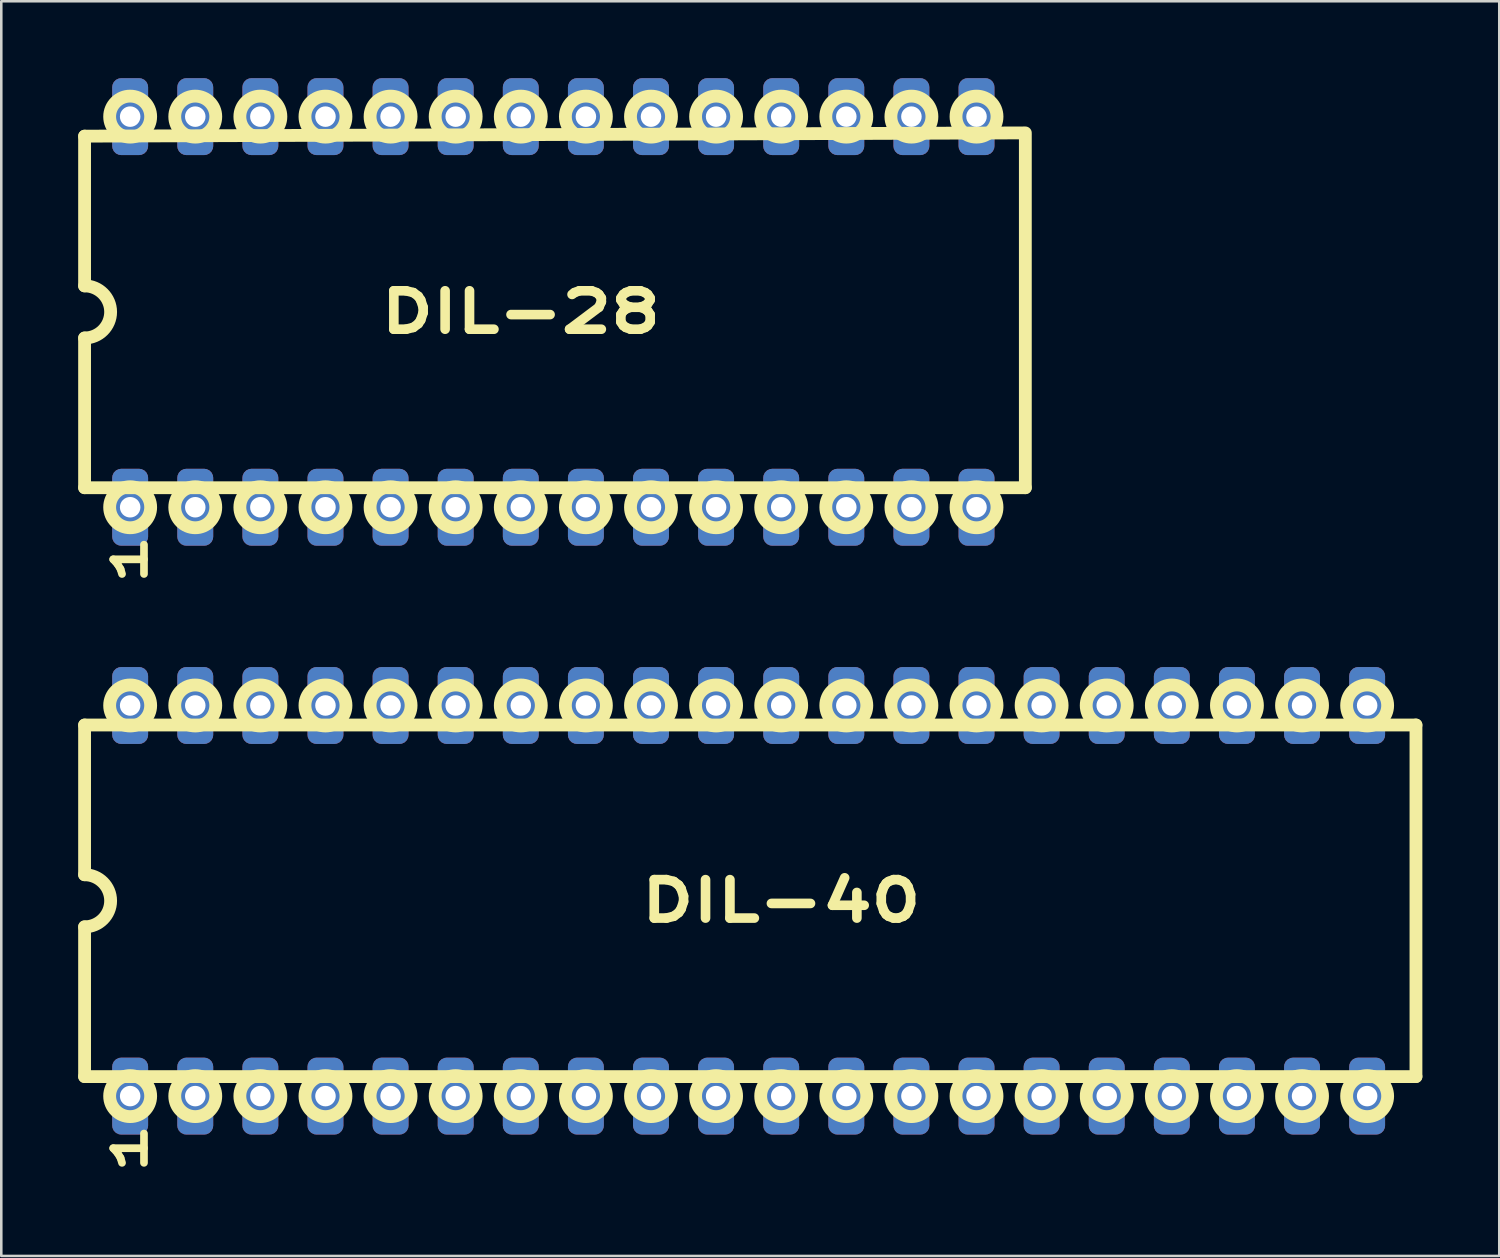
<source format=kicad_pcb>
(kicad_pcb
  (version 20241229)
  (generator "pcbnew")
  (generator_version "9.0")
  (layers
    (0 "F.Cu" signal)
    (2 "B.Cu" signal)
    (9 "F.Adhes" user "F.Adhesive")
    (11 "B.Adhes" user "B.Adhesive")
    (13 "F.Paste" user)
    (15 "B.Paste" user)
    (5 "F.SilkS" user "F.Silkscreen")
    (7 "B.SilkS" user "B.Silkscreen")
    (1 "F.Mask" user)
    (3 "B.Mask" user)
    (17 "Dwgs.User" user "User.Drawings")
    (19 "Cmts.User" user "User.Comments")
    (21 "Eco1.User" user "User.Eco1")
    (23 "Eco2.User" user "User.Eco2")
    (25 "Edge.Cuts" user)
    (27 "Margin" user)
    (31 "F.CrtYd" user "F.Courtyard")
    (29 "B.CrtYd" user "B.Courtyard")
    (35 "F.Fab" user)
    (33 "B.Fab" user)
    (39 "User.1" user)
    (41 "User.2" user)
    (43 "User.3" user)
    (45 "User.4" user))
  (footprint "DIL-28"
    (layer "F.Cu")
    (at 15.998 9.12)
    (property "Reference" "DIL-28" (at 1.27 0 0) (layer "F.SilkS") (effects (font (size 1.5 2) (thickness 0.375))))
    (attr through_hole)
    (fp_line (start -15.748 -6.858) (end 20.955 -6.985) (stroke (width 0.5) (type solid)) (layer "F.SilkS"))
    (fp_line (start -15.748 -1.016) (end -15.748 -6.858) (stroke (width 0.5) (type solid)) (layer "F.SilkS"))
    (fp_line (start -15.748 1.016) (end -15.748 6.858) (stroke (width 0.5) (type solid)) (layer "F.SilkS"))
    (fp_line (start 20.955 -6.858) (end 20.955 6.858) (stroke (width 0.5) (type solid)) (layer "F.SilkS"))
    (fp_line (start 20.955 6.858) (end -15.748 6.858) (stroke (width 0.5) (type solid)) (layer "F.SilkS"))
    (fp_arc (start -15.748 -1.016) (mid -14.732 0) (end -15.748 1.016) (stroke (width 0.5) (type solid)) (layer "F.SilkS"))
    (fp_circle (center -13.97 -7.62) (end -13.17 -7.62) (stroke (width 0.5) (type solid)) (fill no) (layer "F.SilkS"))
    (fp_circle (center -13.97 7.62) (end -13.17 7.62) (stroke (width 0.5) (type solid)) (fill no) (layer "F.SilkS"))
    (fp_circle (center -11.43 -7.62) (end -10.63 -7.62) (stroke (width 0.5) (type solid)) (fill no) (layer "F.SilkS"))
    (fp_circle (center -11.43 7.62) (end -10.63 7.62) (stroke (width 0.5) (type solid)) (fill no) (layer "F.SilkS"))
    (fp_circle (center -8.89 -7.62) (end -8.09 -7.62) (stroke (width 0.5) (type solid)) (fill no) (layer "F.SilkS"))
    (fp_circle (center -8.89 7.62) (end -8.09 7.62) (stroke (width 0.5) (type solid)) (fill no) (layer "F.SilkS"))
    (fp_circle (center -6.35 -7.62) (end -5.55 -7.62) (stroke (width 0.5) (type solid)) (fill no) (layer "F.SilkS"))
    (fp_circle (center -6.35 7.62) (end -5.55 7.62) (stroke (width 0.5) (type solid)) (fill no) (layer "F.SilkS"))
    (fp_circle (center -3.81 -7.62) (end -3.01 -7.62) (stroke (width 0.5) (type solid)) (fill no) (layer "F.SilkS"))
    (fp_circle (center -3.81 7.62) (end -3.01 7.62) (stroke (width 0.5) (type solid)) (fill no) (layer "F.SilkS"))
    (fp_circle (center -1.27 -7.62) (end -0.47 -7.62) (stroke (width 0.5) (type solid)) (fill no) (layer "F.SilkS"))
    (fp_circle (center -1.27 7.62) (end -0.47 7.62) (stroke (width 0.5) (type solid)) (fill no) (layer "F.SilkS"))
    (fp_circle (center 1.27 -7.62) (end 2.07 -7.62) (stroke (width 0.5) (type solid)) (fill no) (layer "F.SilkS"))
    (fp_circle (center 1.27 7.62) (end 2.07 7.62) (stroke (width 0.5) (type solid)) (fill no) (layer "F.SilkS"))
    (fp_circle (center 3.81 -7.62) (end 4.61 -7.62) (stroke (width 0.5) (type solid)) (fill no) (layer "F.SilkS"))
    (fp_circle (center 3.81 7.62) (end 4.61 7.62) (stroke (width 0.5) (type solid)) (fill no) (layer "F.SilkS"))
    (fp_circle (center 6.35 -7.62) (end 7.15 -7.62) (stroke (width 0.5) (type solid)) (fill no) (layer "F.SilkS"))
    (fp_circle (center 6.35 7.62) (end 7.15 7.62) (stroke (width 0.5) (type solid)) (fill no) (layer "F.SilkS"))
    (fp_circle (center 8.89 -7.62) (end 9.69 -7.62) (stroke (width 0.5) (type solid)) (fill no) (layer "F.SilkS"))
    (fp_circle (center 8.89 7.62) (end 9.69 7.62) (stroke (width 0.5) (type solid)) (fill no) (layer "F.SilkS"))
    (fp_circle (center 11.43 -7.62) (end 12.23 -7.62) (stroke (width 0.5) (type solid)) (fill no) (layer "F.SilkS"))
    (fp_circle (center 11.43 7.62) (end 12.23 7.62) (stroke (width 0.5) (type solid)) (fill no) (layer "F.SilkS"))
    (fp_circle (center 13.97 -7.62) (end 14.77 -7.62) (stroke (width 0.5) (type solid)) (fill no) (layer "F.SilkS"))
    (fp_circle (center 13.97 7.62) (end 14.77 7.62) (stroke (width 0.5) (type solid)) (fill no) (layer "F.SilkS"))
    (fp_circle (center 16.51 -7.62) (end 17.31 -7.62) (stroke (width 0.5) (type solid)) (fill no) (layer "F.SilkS"))
    (fp_circle (center 16.51 7.62) (end 17.31 7.62) (stroke (width 0.5) (type solid)) (fill no) (layer "F.SilkS"))
    (fp_circle (center 19.05 -7.62) (end 19.85 -7.62) (stroke (width 0.5) (type solid)) (fill no) (layer "F.SilkS"))
    (fp_circle (center 19.05 7.62) (end 19.85 7.62) (stroke (width 0.5) (type solid)) (fill no) (layer "F.SilkS"))
    (fp_text user "1" (at -13.97 9.652 90) (unlocked yes) (layer "F.SilkS") (effects (font (size 1.2 2) (thickness 0.3))))
    (pad "1" thru_hole roundrect (at -13.97 7.62) (size 1.4 3) (drill 0.8) (layers "*.Cu" "*.Mask") (roundrect_rratio 0.25))
    (pad "2" thru_hole roundrect (at -11.43 7.62) (size 1.4 3) (drill 0.8) (layers "*.Cu" "*.Mask") (roundrect_rratio 0.25))
    (pad "3" thru_hole roundrect (at -8.89 7.62) (size 1.4 3) (drill 0.8) (layers "*.Cu" "*.Mask") (roundrect_rratio 0.25))
    (pad "4" thru_hole roundrect (at -6.35 7.62) (size 1.4 3) (drill 0.8) (layers "*.Cu" "*.Mask") (roundrect_rratio 0.25))
    (pad "5" thru_hole roundrect (at -3.81 7.62) (size 1.4 3) (drill 0.8) (layers "*.Cu" "*.Mask") (roundrect_rratio 0.25))
    (pad "6" thru_hole roundrect (at -1.27 7.62) (size 1.4 3) (drill 0.8) (layers "*.Cu" "*.Mask") (roundrect_rratio 0.25))
    (pad "7" thru_hole roundrect (at 1.27 7.62) (size 1.4 3) (drill 0.8) (layers "*.Cu" "*.Mask") (roundrect_rratio 0.25))
    (pad "8" thru_hole roundrect (at 3.81 7.62) (size 1.4 3) (drill 0.8) (layers "*.Cu" "*.Mask") (roundrect_rratio 0.25))
    (pad "9" thru_hole roundrect (at 6.35 7.62) (size 1.4 3) (drill 0.8) (layers "*.Cu" "*.Mask") (roundrect_rratio 0.25))
    (pad "10" thru_hole roundrect (at 8.89 7.62) (size 1.4 3) (drill 0.8) (layers "*.Cu" "*.Mask") (roundrect_rratio 0.25))
    (pad "11" thru_hole roundrect (at 11.43 7.62) (size 1.4 3) (drill 0.8) (layers "*.Cu" "*.Mask") (roundrect_rratio 0.25))
    (pad "12" thru_hole roundrect (at 13.97 7.62) (size 1.4 3) (drill 0.8) (layers "*.Cu" "*.Mask") (roundrect_rratio 0.25))
    (pad "13" thru_hole roundrect (at 16.51 7.62) (size 1.4 3) (drill 0.8) (layers "*.Cu" "*.Mask") (roundrect_rratio 0.25))
    (pad "14" thru_hole roundrect (at 19.05 7.62) (size 1.4 3) (drill 0.8) (layers "*.Cu" "*.Mask") (roundrect_rratio 0.25))
    (pad "15" thru_hole roundrect (at 19.05 -7.62) (size 1.4 3) (drill 0.8) (layers "*.Cu" "*.Mask") (roundrect_rratio 0.25))
    (pad "16" thru_hole roundrect (at 16.51 -7.62) (size 1.4 3) (drill 0.8) (layers "*.Cu" "*.Mask") (roundrect_rratio 0.25))
    (pad "17" thru_hole roundrect (at 13.97 -7.62) (size 1.4 3) (drill 0.8) (layers "*.Cu" "*.Mask") (roundrect_rratio 0.25))
    (pad "18" thru_hole roundrect (at 11.43 -7.62) (size 1.4 3) (drill 0.8) (layers "*.Cu" "*.Mask") (roundrect_rratio 0.25))
    (pad "19" thru_hole roundrect (at 8.89 -7.62) (size 1.4 3) (drill 0.8) (layers "*.Cu" "*.Mask") (roundrect_rratio 0.25))
    (pad "20" thru_hole roundrect (at 6.35 -7.62) (size 1.4 3) (drill 0.8) (layers "*.Cu" "*.Mask") (roundrect_rratio 0.25))
    (pad "21" thru_hole roundrect (at 3.81 -7.62) (size 1.4 3) (drill 0.8) (layers "*.Cu" "*.Mask") (roundrect_rratio 0.25))
    (pad "22" thru_hole roundrect (at 1.27 -7.62) (size 1.4 3) (drill 0.8) (layers "*.Cu" "*.Mask") (roundrect_rratio 0.25))
    (pad "23" thru_hole roundrect (at -1.27 -7.62) (size 1.4 3) (drill 0.8) (layers "*.Cu" "*.Mask") (roundrect_rratio 0.25))
    (pad "24" thru_hole roundrect (at -3.81 -7.62) (size 1.4 3) (drill 0.8) (layers "*.Cu" "*.Mask") (roundrect_rratio 0.25))
    (pad "25" thru_hole roundrect (at -6.35 -7.62) (size 1.4 3) (drill 0.8) (layers "*.Cu" "*.Mask") (roundrect_rratio 0.25))
    (pad "26" thru_hole roundrect (at -8.89 -7.62) (size 1.4 3) (drill 0.8) (layers "*.Cu" "*.Mask") (roundrect_rratio 0.25))
    (pad "27" thru_hole roundrect (at -11.43 -7.62) (size 1.4 3) (drill 0.8) (layers "*.Cu" "*.Mask") (roundrect_rratio 0.25))
    (pad "28" thru_hole roundrect (at -13.97 -7.62) (size 1.4 3) (drill 0.8) (layers "*.Cu" "*.Mask") (roundrect_rratio 0.25)))
  (footprint "DIL-40"
    (layer "F.Cu")
    (at 26.158 32.094)
    (property "Reference" "DIL-40" (at 1.27 0 0) (layer "F.SilkS") (effects (font (size 1.5 2) (thickness 0.375))))
    (attr through_hole)
    (fp_line (start -25.908 -6.858) (end 26.035 -6.858) (stroke (width 0.5) (type solid)) (layer "F.SilkS"))
    (fp_line (start -25.908 -1.016) (end -25.908 -6.858) (stroke (width 0.5) (type solid)) (layer "F.SilkS"))
    (fp_line (start -25.908 1.016) (end -25.908 6.858) (stroke (width 0.5) (type solid)) (layer "F.SilkS"))
    (fp_line (start 26.035 -6.858) (end 26.035 6.858) (stroke (width 0.5) (type solid)) (layer "F.SilkS"))
    (fp_line (start 26.035 6.858) (end -25.908 6.858) (stroke (width 0.5) (type solid)) (layer "F.SilkS"))
    (fp_arc (start -25.908 -1.016) (mid -24.892 0) (end -25.908 1.016) (stroke (width 0.5) (type solid)) (layer "F.SilkS"))
    (fp_circle (center -24.13 -7.62) (end -23.33 -7.62) (stroke (width 0.5) (type solid)) (fill no) (layer "F.SilkS"))
    (fp_circle (center -24.13 7.62) (end -23.33 7.62) (stroke (width 0.5) (type solid)) (fill no) (layer "F.SilkS"))
    (fp_circle (center -21.59 -7.62) (end -20.79 -7.62) (stroke (width 0.5) (type solid)) (fill no) (layer "F.SilkS"))
    (fp_circle (center -21.59 7.62) (end -20.79 7.62) (stroke (width 0.5) (type solid)) (fill no) (layer "F.SilkS"))
    (fp_circle (center -19.05 -7.62) (end -18.25 -7.62) (stroke (width 0.5) (type solid)) (fill no) (layer "F.SilkS"))
    (fp_circle (center -19.05 7.62) (end -18.25 7.62) (stroke (width 0.5) (type solid)) (fill no) (layer "F.SilkS"))
    (fp_circle (center -16.51 -7.62) (end -15.71 -7.62) (stroke (width 0.5) (type solid)) (fill no) (layer "F.SilkS"))
    (fp_circle (center -16.51 7.62) (end -15.71 7.62) (stroke (width 0.5) (type solid)) (fill no) (layer "F.SilkS"))
    (fp_circle (center -13.97 -7.62) (end -13.17 -7.62) (stroke (width 0.5) (type solid)) (fill no) (layer "F.SilkS"))
    (fp_circle (center -13.97 7.62) (end -13.17 7.62) (stroke (width 0.5) (type solid)) (fill no) (layer "F.SilkS"))
    (fp_circle (center -11.43 -7.62) (end -10.63 -7.62) (stroke (width 0.5) (type solid)) (fill no) (layer "F.SilkS"))
    (fp_circle (center -11.43 7.62) (end -10.63 7.62) (stroke (width 0.5) (type solid)) (fill no) (layer "F.SilkS"))
    (fp_circle (center -8.89 -7.62) (end -8.09 -7.62) (stroke (width 0.5) (type solid)) (fill no) (layer "F.SilkS"))
    (fp_circle (center -8.89 7.62) (end -8.09 7.62) (stroke (width 0.5) (type solid)) (fill no) (layer "F.SilkS"))
    (fp_circle (center -6.35 -7.62) (end -5.55 -7.62) (stroke (width 0.5) (type solid)) (fill no) (layer "F.SilkS"))
    (fp_circle (center -6.35 7.62) (end -5.55 7.62) (stroke (width 0.5) (type solid)) (fill no) (layer "F.SilkS"))
    (fp_circle (center -3.81 -7.62) (end -3.01 -7.62) (stroke (width 0.5) (type solid)) (fill no) (layer "F.SilkS"))
    (fp_circle (center -3.81 7.62) (end -3.01 7.62) (stroke (width 0.5) (type solid)) (fill no) (layer "F.SilkS"))
    (fp_circle (center -1.27 -7.62) (end -0.47 -7.62) (stroke (width 0.5) (type solid)) (fill no) (layer "F.SilkS"))
    (fp_circle (center -1.27 7.62) (end -0.47 7.62) (stroke (width 0.5) (type solid)) (fill no) (layer "F.SilkS"))
    (fp_circle (center 1.27 -7.62) (end 2.07 -7.62) (stroke (width 0.5) (type solid)) (fill no) (layer "F.SilkS"))
    (fp_circle (center 1.27 7.62) (end 2.07 7.62) (stroke (width 0.5) (type solid)) (fill no) (layer "F.SilkS"))
    (fp_circle (center 3.81 -7.62) (end 4.61 -7.62) (stroke (width 0.5) (type solid)) (fill no) (layer "F.SilkS"))
    (fp_circle (center 3.81 7.62) (end 4.61 7.62) (stroke (width 0.5) (type solid)) (fill no) (layer "F.SilkS"))
    (fp_circle (center 6.35 -7.62) (end 7.15 -7.62) (stroke (width 0.5) (type solid)) (fill no) (layer "F.SilkS"))
    (fp_circle (center 6.35 7.62) (end 7.15 7.62) (stroke (width 0.5) (type solid)) (fill no) (layer "F.SilkS"))
    (fp_circle (center 8.89 -7.62) (end 9.69 -7.62) (stroke (width 0.5) (type solid)) (fill no) (layer "F.SilkS"))
    (fp_circle (center 8.89 7.62) (end 9.69 7.62) (stroke (width 0.5) (type solid)) (fill no) (layer "F.SilkS"))
    (fp_circle (center 11.43 -7.62) (end 12.23 -7.62) (stroke (width 0.5) (type solid)) (fill no) (layer "F.SilkS"))
    (fp_circle (center 11.43 7.62) (end 12.23 7.62) (stroke (width 0.5) (type solid)) (fill no) (layer "F.SilkS"))
    (fp_circle (center 13.97 -7.62) (end 14.77 -7.62) (stroke (width 0.5) (type solid)) (fill no) (layer "F.SilkS"))
    (fp_circle (center 13.97 7.62) (end 14.77 7.62) (stroke (width 0.5) (type solid)) (fill no) (layer "F.SilkS"))
    (fp_circle (center 16.51 -7.62) (end 17.31 -7.62) (stroke (width 0.5) (type solid)) (fill no) (layer "F.SilkS"))
    (fp_circle (center 16.51 7.62) (end 17.31 7.62) (stroke (width 0.5) (type solid)) (fill no) (layer "F.SilkS"))
    (fp_circle (center 19.05 -7.62) (end 19.85 -7.62) (stroke (width 0.5) (type solid)) (fill no) (layer "F.SilkS"))
    (fp_circle (center 19.05 7.62) (end 19.85 7.62) (stroke (width 0.5) (type solid)) (fill no) (layer "F.SilkS"))
    (fp_circle (center 21.59 -7.62) (end 22.39 -7.62) (stroke (width 0.5) (type solid)) (fill no) (layer "F.SilkS"))
    (fp_circle (center 21.59 7.62) (end 22.39 7.62) (stroke (width 0.5) (type solid)) (fill no) (layer "F.SilkS"))
    (fp_circle (center 24.13 -7.62) (end 24.93 -7.62) (stroke (width 0.5) (type solid)) (fill no) (layer "F.SilkS"))
    (fp_circle (center 24.13 7.62) (end 24.93 7.62) (stroke (width 0.5) (type solid)) (fill no) (layer "F.SilkS"))
    (fp_text user "1" (at -24.13 9.652 90) (unlocked yes) (layer "F.SilkS") (effects (font (size 1.2 2) (thickness 0.3))))
    (pad "1" thru_hole roundrect (at -24.13 7.62) (size 1.4 3) (drill 0.8) (layers "*.Cu" "*.Mask") (roundrect_rratio 0.25))
    (pad "2" thru_hole roundrect (at -21.59 7.62) (size 1.4 3) (drill 0.8) (layers "*.Cu" "*.Mask") (roundrect_rratio 0.25))
    (pad "3" thru_hole roundrect (at -19.05 7.62) (size 1.4 3) (drill 0.8) (layers "*.Cu" "*.Mask") (roundrect_rratio 0.25))
    (pad "4" thru_hole roundrect (at -16.51 7.62) (size 1.4 3) (drill 0.8) (layers "*.Cu" "*.Mask") (roundrect_rratio 0.25))
    (pad "5" thru_hole roundrect (at -13.97 7.62) (size 1.4 3) (drill 0.8) (layers "*.Cu" "*.Mask") (roundrect_rratio 0.25))
    (pad "6" thru_hole roundrect (at -11.43 7.62) (size 1.4 3) (drill 0.8) (layers "*.Cu" "*.Mask") (roundrect_rratio 0.25))
    (pad "7" thru_hole roundrect (at -8.89 7.62) (size 1.4 3) (drill 0.8) (layers "*.Cu" "*.Mask") (roundrect_rratio 0.25))
    (pad "8" thru_hole roundrect (at -6.35 7.62) (size 1.4 3) (drill 0.8) (layers "*.Cu" "*.Mask") (roundrect_rratio 0.25))
    (pad "9" thru_hole roundrect (at -3.81 7.62) (size 1.4 3) (drill 0.8) (layers "*.Cu" "*.Mask") (roundrect_rratio 0.25))
    (pad "10" thru_hole roundrect (at -1.27 7.62) (size 1.4 3) (drill 0.8) (layers "*.Cu" "*.Mask") (roundrect_rratio 0.25))
    (pad "11" thru_hole roundrect (at 1.27 7.62) (size 1.4 3) (drill 0.8) (layers "*.Cu" "*.Mask") (roundrect_rratio 0.25))
    (pad "12" thru_hole roundrect (at 3.81 7.62) (size 1.4 3) (drill 0.8) (layers "*.Cu" "*.Mask") (roundrect_rratio 0.25))
    (pad "13" thru_hole roundrect (at 6.35 7.62) (size 1.4 3) (drill 0.8) (layers "*.Cu" "*.Mask") (roundrect_rratio 0.25))
    (pad "14" thru_hole roundrect (at 8.89 7.62) (size 1.4 3) (drill 0.8) (layers "*.Cu" "*.Mask") (roundrect_rratio 0.25))
    (pad "15" thru_hole roundrect (at 11.43 7.62) (size 1.4 3) (drill 0.8) (layers "*.Cu" "*.Mask") (roundrect_rratio 0.25))
    (pad "16" thru_hole roundrect (at 13.97 7.62) (size 1.4 3) (drill 0.8) (layers "*.Cu" "*.Mask") (roundrect_rratio 0.25))
    (pad "17" thru_hole roundrect (at 16.51 7.62) (size 1.4 3) (drill 0.8) (layers "*.Cu" "*.Mask") (roundrect_rratio 0.25))
    (pad "18" thru_hole roundrect (at 19.05 7.62) (size 1.4 3) (drill 0.8) (layers "*.Cu" "*.Mask") (roundrect_rratio 0.25))
    (pad "19" thru_hole roundrect (at 21.59 7.62) (size 1.4 3) (drill 0.8) (layers "*.Cu" "*.Mask") (roundrect_rratio 0.25))
    (pad "20" thru_hole roundrect (at 24.13 7.62) (size 1.4 3) (drill 0.8) (layers "*.Cu" "*.Mask") (roundrect_rratio 0.25))
    (pad "21" thru_hole roundrect (at 24.13 -7.62) (size 1.4 3) (drill 0.8) (layers "*.Cu" "*.Mask") (roundrect_rratio 0.25))
    (pad "22" thru_hole roundrect (at 21.59 -7.62) (size 1.4 3) (drill 0.8) (layers "*.Cu" "*.Mask") (roundrect_rratio 0.25))
    (pad "23" thru_hole roundrect (at 19.05 -7.62) (size 1.4 3) (drill 0.8) (layers "*.Cu" "*.Mask") (roundrect_rratio 0.25))
    (pad "24" thru_hole roundrect (at 16.51 -7.62) (size 1.4 3) (drill 0.8) (layers "*.Cu" "*.Mask") (roundrect_rratio 0.25))
    (pad "25" thru_hole roundrect (at 13.97 -7.62) (size 1.4 3) (drill 0.8) (layers "*.Cu" "*.Mask") (roundrect_rratio 0.25))
    (pad "26" thru_hole roundrect (at 11.43 -7.62) (size 1.4 3) (drill 0.8) (layers "*.Cu" "*.Mask") (roundrect_rratio 0.25))
    (pad "27" thru_hole roundrect (at 8.89 -7.62) (size 1.4 3) (drill 0.8) (layers "*.Cu" "*.Mask") (roundrect_rratio 0.25))
    (pad "28" thru_hole roundrect (at 6.35 -7.62) (size 1.4 3) (drill 0.8) (layers "*.Cu" "*.Mask") (roundrect_rratio 0.25))
    (pad "29" thru_hole roundrect (at 3.81 -7.62) (size 1.4 3) (drill 0.8) (layers "*.Cu" "*.Mask") (roundrect_rratio 0.25))
    (pad "30" thru_hole roundrect (at 1.27 -7.62) (size 1.4 3) (drill 0.8) (layers "*.Cu" "*.Mask") (roundrect_rratio 0.25))
    (pad "31" thru_hole roundrect (at -1.27 -7.62) (size 1.4 3) (drill 0.8) (layers "*.Cu" "*.Mask") (roundrect_rratio 0.25))
    (pad "32" thru_hole roundrect (at -3.81 -7.62) (size 1.4 3) (drill 0.8) (layers "*.Cu" "*.Mask") (roundrect_rratio 0.25))
    (pad "33" thru_hole roundrect (at -6.35 -7.62) (size 1.4 3) (drill 0.8) (layers "*.Cu" "*.Mask") (roundrect_rratio 0.25))
    (pad "34" thru_hole roundrect (at -8.89 -7.62) (size 1.4 3) (drill 0.8) (layers "*.Cu" "*.Mask") (roundrect_rratio 0.25))
    (pad "35" thru_hole roundrect (at -11.43 -7.62) (size 1.4 3) (drill 0.8) (layers "*.Cu" "*.Mask") (roundrect_rratio 0.25))
    (pad "36" thru_hole roundrect (at -13.97 -7.62) (size 1.4 3) (drill 0.8) (layers "*.Cu" "*.Mask") (roundrect_rratio 0.25))
    (pad "37" thru_hole roundrect (at -16.51 -7.62) (size 1.4 3) (drill 0.8) (layers "*.Cu" "*.Mask") (roundrect_rratio 0.25))
    (pad "38" thru_hole roundrect (at -19.05 -7.62) (size 1.4 3) (drill 0.8) (layers "*.Cu" "*.Mask") (roundrect_rratio 0.25))
    (pad "39" thru_hole roundrect (at -21.59 -7.62) (size 1.4 3) (drill 0.8) (layers "*.Cu" "*.Mask") (roundrect_rratio 0.25))
    (pad "40" thru_hole roundrect (at -24.13 -7.62) (size 1.4 3) (drill 0.8) (layers "*.Cu" "*.Mask") (roundrect_rratio 0.25)))
  (gr_rect
    (start -3 -3)
    (end 55.443 45.949)
    (stroke (width 0.1) (type default))
    (fill no)
    (layer "Edge.Cuts")))
</source>
